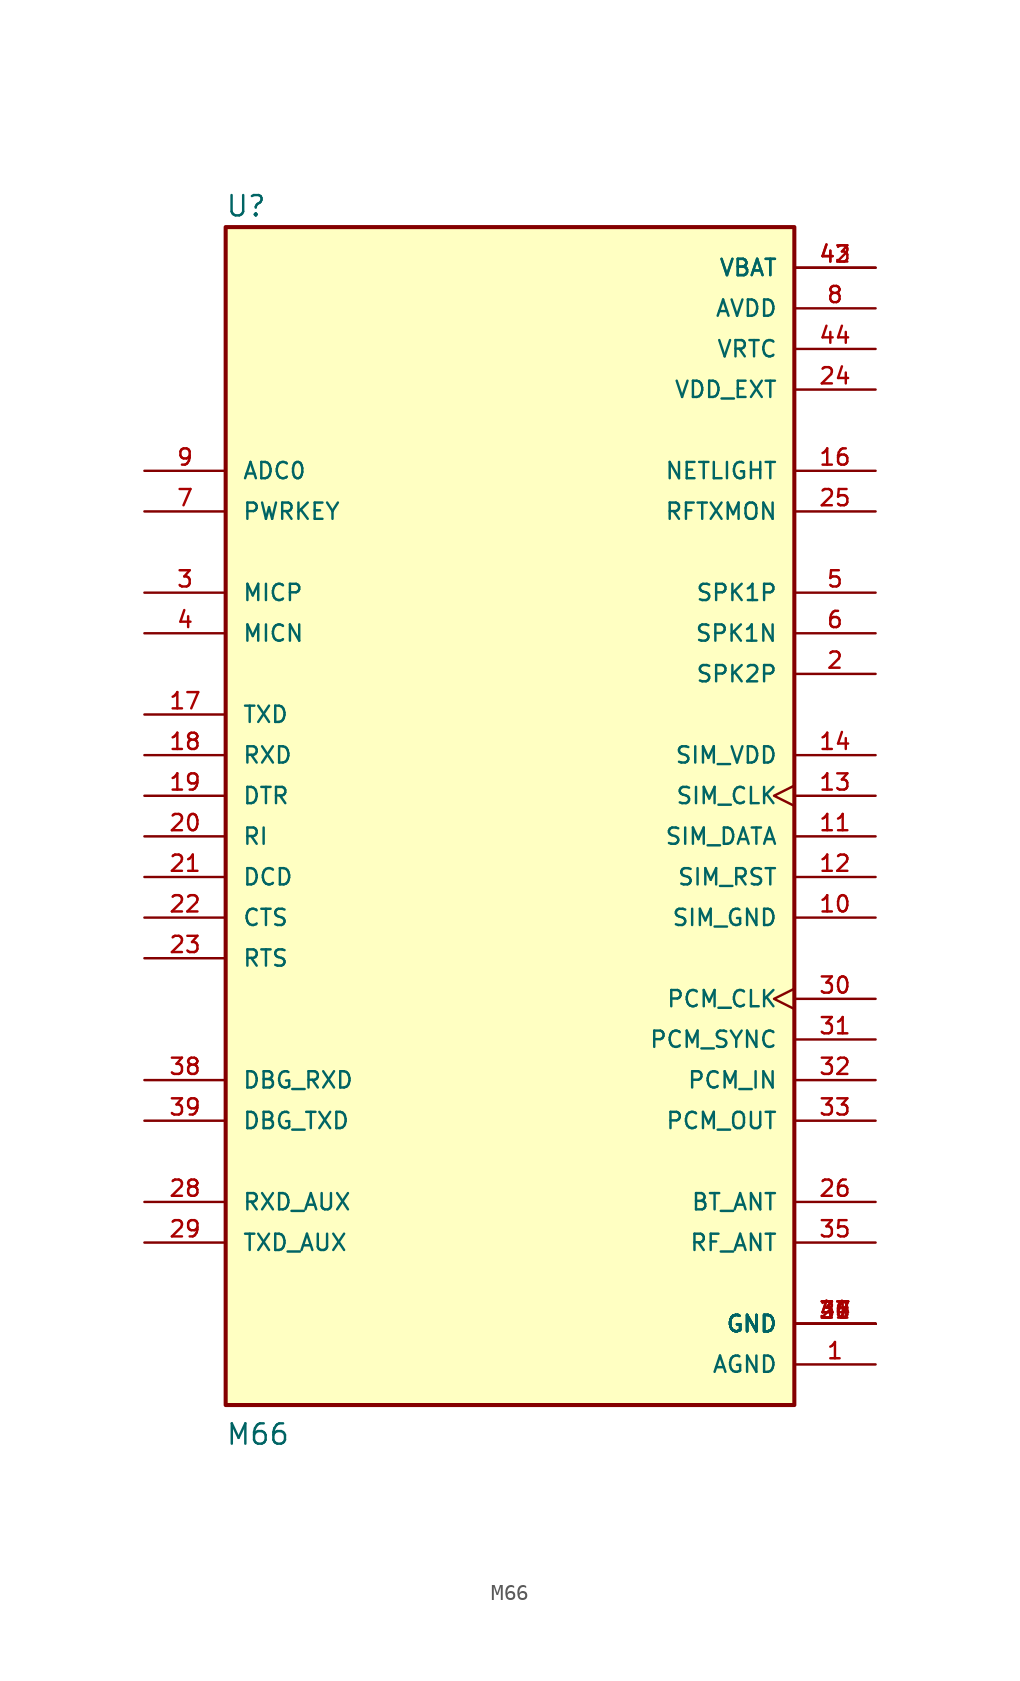
<source format=kicad_sym>
(kicad_symbol_lib
  (version 20211014)
  (generator kicad_symbol_editor)
  (symbol "M66"
    (pin_names
      (offset 1.016))
    (property "Reference" "U"
      (at -17.813 36.129 0)
      (effects (font (size 1.27 1.27)) (justify bottom left)))
    (property "Value" "M66"
      (at -17.799 -40.678 0)
      (effects (font (size 1.27 1.27)) (justify bottom left)))
    (symbol "M66_0_0"
      (rectangle (start -17.78 -38.1) (end 17.78 35.56) (stroke (width 0.254)) (fill (type background)))
      (pin power_in line (at 22.86 -35.56 180.0) (length 5.08) (name "AGND" (effects (font (size 1.016 1.016)))) (number "1" (effects (font (size 1.016 1.016)))))
      (pin output line (at 22.86 7.62 180.0) (length 5.08) (name "SPK2P" (effects (font (size 1.016 1.016)))) (number "2" (effects (font (size 1.016 1.016)))))
      (pin input line (at -22.86 12.7 0) (length 5.08) (name "MICP" (effects (font (size 1.016 1.016)))) (number "3" (effects (font (size 1.016 1.016)))))
      (pin input line (at -22.86 10.16 0) (length 5.08) (name "MICN" (effects (font (size 1.016 1.016)))) (number "4" (effects (font (size 1.016 1.016)))))
      (pin output line (at 22.86 12.7 180.0) (length 5.08) (name "SPK1P" (effects (font (size 1.016 1.016)))) (number "5" (effects (font (size 1.016 1.016)))))
      (pin output line (at 22.86 10.16 180.0) (length 5.08) (name "SPK1N" (effects (font (size 1.016 1.016)))) (number "6" (effects (font (size 1.016 1.016)))))
      (pin input line (at -22.86 17.78 0) (length 5.08) (name "PWRKEY" (effects (font (size 1.016 1.016)))) (number "7" (effects (font (size 1.016 1.016)))))
      (pin power_in line (at 22.86 30.48 180.0) (length 5.08) (name "AVDD" (effects (font (size 1.016 1.016)))) (number "8" (effects (font (size 1.016 1.016)))))
      (pin input line (at -22.86 20.32 0) (length 5.08) (name "ADC0" (effects (font (size 1.016 1.016)))) (number "9" (effects (font (size 1.016 1.016)))))
      (pin power_in line (at 22.86 -7.62 180.0) (length 5.08) (name "SIM_GND" (effects (font (size 1.016 1.016)))) (number "10" (effects (font (size 1.016 1.016)))))
      (pin bidirectional line (at 22.86 -2.54 180.0) (length 5.08) (name "SIM_DATA" (effects (font (size 1.016 1.016)))) (number "11" (effects (font (size 1.016 1.016)))))
      (pin output line (at 22.86 -5.08 180.0) (length 5.08) (name "SIM_RST" (effects (font (size 1.016 1.016)))) (number "12" (effects (font (size 1.016 1.016)))))
      (pin output clock (at 22.86 0.0 180.0) (length 5.08) (name "SIM_CLK" (effects (font (size 1.016 1.016)))) (number "13" (effects (font (size 1.016 1.016)))))
      (pin power_in line (at 22.86 2.54 180.0) (length 5.08) (name "SIM_VDD" (effects (font (size 1.016 1.016)))) (number "14" (effects (font (size 1.016 1.016)))))
      (pin output line (at 22.86 20.32 180.0) (length 5.08) (name "NETLIGHT" (effects (font (size 1.016 1.016)))) (number "16" (effects (font (size 1.016 1.016)))))
      (pin output line (at -22.86 5.08 0) (length 5.08) (name "TXD" (effects (font (size 1.016 1.016)))) (number "17" (effects (font (size 1.016 1.016)))))
      (pin input line (at -22.86 2.54 0) (length 5.08) (name "RXD" (effects (font (size 1.016 1.016)))) (number "18" (effects (font (size 1.016 1.016)))))
      (pin input line (at -22.86 0.0 0) (length 5.08) (name "DTR" (effects (font (size 1.016 1.016)))) (number "19" (effects (font (size 1.016 1.016)))))
      (pin output line (at -22.86 -2.54 0) (length 5.08) (name "RI" (effects (font (size 1.016 1.016)))) (number "20" (effects (font (size 1.016 1.016)))))
      (pin output line (at -22.86 -5.08 0) (length 5.08) (name "DCD" (effects (font (size 1.016 1.016)))) (number "21" (effects (font (size 1.016 1.016)))))
      (pin output line (at -22.86 -7.62 0) (length 5.08) (name "CTS" (effects (font (size 1.016 1.016)))) (number "22" (effects (font (size 1.016 1.016)))))
      (pin input line (at -22.86 -10.16 0) (length 5.08) (name "RTS" (effects (font (size 1.016 1.016)))) (number "23" (effects (font (size 1.016 1.016)))))
      (pin power_in line (at 22.86 25.4 180.0) (length 5.08) (name "VDD_EXT" (effects (font (size 1.016 1.016)))) (number "24" (effects (font (size 1.016 1.016)))))
      (pin output line (at 22.86 17.78 180.0) (length 5.08) (name "RFTXMON" (effects (font (size 1.016 1.016)))) (number "25" (effects (font (size 1.016 1.016)))))
      (pin bidirectional line (at 22.86 -25.4 180.0) (length 5.08) (name "BT_ANT" (effects (font (size 1.016 1.016)))) (number "26" (effects (font (size 1.016 1.016)))))
      (pin power_in line (at 22.86 -33.02 180.0) (length 5.08) (name "GND" (effects (font (size 1.016 1.016)))) (number "27" (effects (font (size 1.016 1.016)))))
      (pin power_in line (at 22.86 -33.02 180.0) (length 5.08) (name "GND" (effects (font (size 1.016 1.016)))) (number "34" (effects (font (size 1.016 1.016)))))
      (pin power_in line (at 22.86 -33.02 180.0) (length 5.08) (name "GND" (effects (font (size 1.016 1.016)))) (number "36" (effects (font (size 1.016 1.016)))))
      (pin power_in line (at 22.86 -33.02 180.0) (length 5.08) (name "GND" (effects (font (size 1.016 1.016)))) (number "37" (effects (font (size 1.016 1.016)))))
      (pin power_in line (at 22.86 -33.02 180.0) (length 5.08) (name "GND" (effects (font (size 1.016 1.016)))) (number "40" (effects (font (size 1.016 1.016)))))
      (pin power_in line (at 22.86 -33.02 180.0) (length 5.08) (name "GND" (effects (font (size 1.016 1.016)))) (number "41" (effects (font (size 1.016 1.016)))))
      (pin input line (at -22.86 -25.4 0) (length 5.08) (name "RXD_AUX" (effects (font (size 1.016 1.016)))) (number "28" (effects (font (size 1.016 1.016)))))
      (pin output line (at -22.86 -27.94 0) (length 5.08) (name "TXD_AUX" (effects (font (size 1.016 1.016)))) (number "29" (effects (font (size 1.016 1.016)))))
      (pin output clock (at 22.86 -12.7 180.0) (length 5.08) (name "PCM_CLK" (effects (font (size 1.016 1.016)))) (number "30" (effects (font (size 1.016 1.016)))))
      (pin output line (at 22.86 -15.24 180.0) (length 5.08) (name "PCM_SYNC" (effects (font (size 1.016 1.016)))) (number "31" (effects (font (size 1.016 1.016)))))
      (pin input line (at 22.86 -17.78 180.0) (length 5.08) (name "PCM_IN" (effects (font (size 1.016 1.016)))) (number "32" (effects (font (size 1.016 1.016)))))
      (pin output line (at 22.86 -20.32 180.0) (length 5.08) (name "PCM_OUT" (effects (font (size 1.016 1.016)))) (number "33" (effects (font (size 1.016 1.016)))))
      (pin bidirectional line (at 22.86 -27.94 180.0) (length 5.08) (name "RF_ANT" (effects (font (size 1.016 1.016)))) (number "35" (effects (font (size 1.016 1.016)))))
      (pin output line (at -22.86 -20.32 0) (length 5.08) (name "DBG_TXD" (effects (font (size 1.016 1.016)))) (number "39" (effects (font (size 1.016 1.016)))))
      (pin input line (at -22.86 -17.78 0) (length 5.08) (name "DBG_RXD" (effects (font (size 1.016 1.016)))) (number "38" (effects (font (size 1.016 1.016)))))
      (pin power_in line (at 22.86 33.02 180.0) (length 5.08) (name "VBAT" (effects (font (size 1.016 1.016)))) (number "42" (effects (font (size 1.016 1.016)))))
      (pin power_in line (at 22.86 33.02 180.0) (length 5.08) (name "VBAT" (effects (font (size 1.016 1.016)))) (number "43" (effects (font (size 1.016 1.016)))))
      (pin power_in line (at 22.86 27.94 180.0) (length 5.08) (name "VRTC" (effects (font (size 1.016 1.016)))) (number "44" (effects (font (size 1.016 1.016))))))))
</source>
